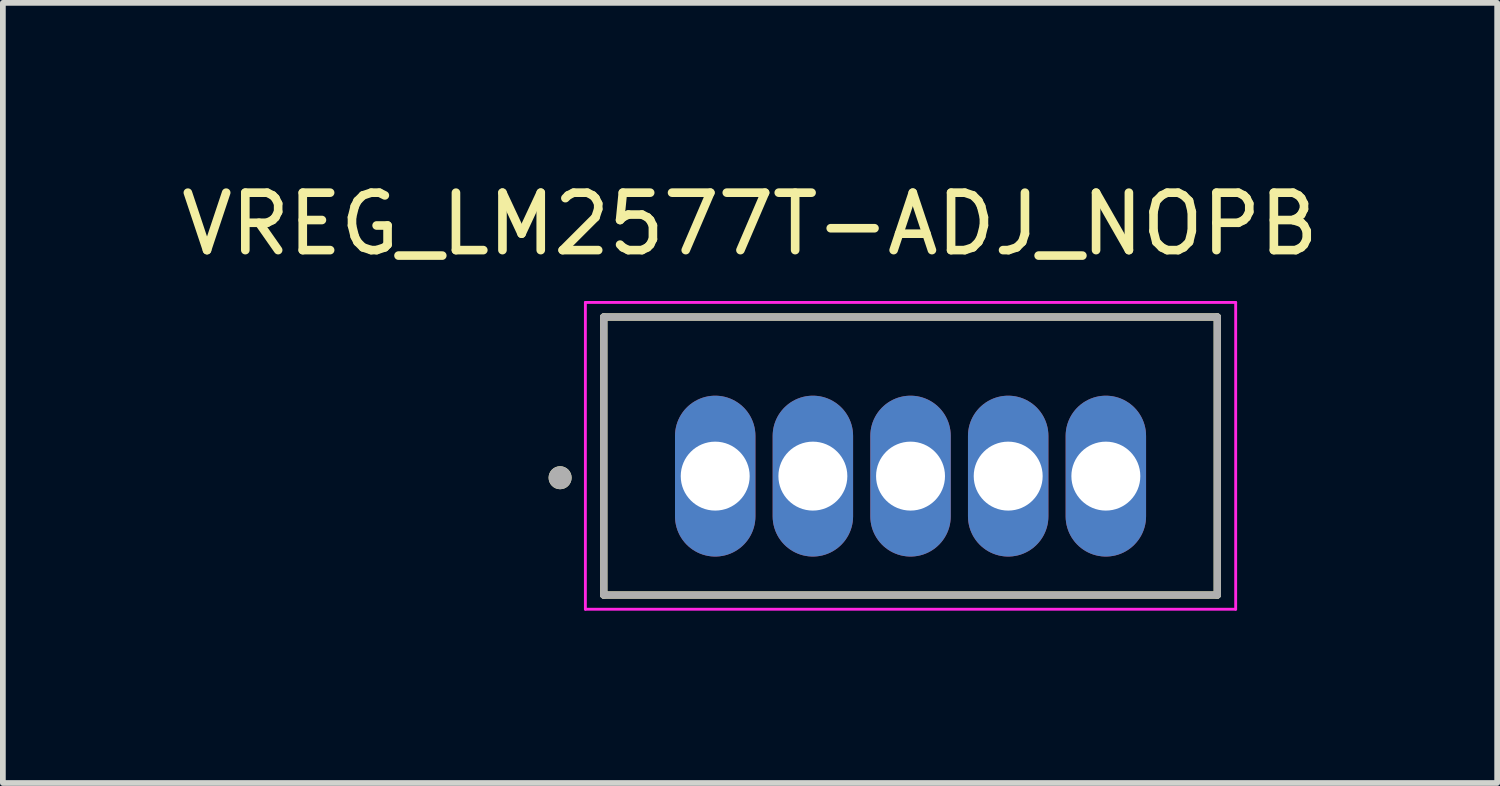
<source format=kicad_pcb>
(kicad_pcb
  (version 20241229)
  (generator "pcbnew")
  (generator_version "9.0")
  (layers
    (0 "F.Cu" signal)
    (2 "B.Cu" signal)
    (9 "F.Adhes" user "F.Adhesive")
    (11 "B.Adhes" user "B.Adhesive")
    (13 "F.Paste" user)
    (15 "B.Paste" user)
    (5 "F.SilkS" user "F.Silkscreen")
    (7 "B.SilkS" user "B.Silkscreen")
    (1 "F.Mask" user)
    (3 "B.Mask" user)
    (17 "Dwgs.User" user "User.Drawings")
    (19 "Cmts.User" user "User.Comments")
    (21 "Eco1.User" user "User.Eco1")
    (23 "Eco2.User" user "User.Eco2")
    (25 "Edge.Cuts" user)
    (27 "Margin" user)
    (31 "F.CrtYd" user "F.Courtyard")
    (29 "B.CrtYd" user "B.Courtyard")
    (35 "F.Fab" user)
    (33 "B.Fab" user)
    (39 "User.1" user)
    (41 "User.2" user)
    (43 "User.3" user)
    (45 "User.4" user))
  (footprint "VREG_LM2577T-ADJ_NOPB"
    (layer "F.Cu")
    (at 9.4 5.238)
    (property "Reference" "VREG_LM2577T-ADJ_NOPB" (at 0.606 -4.389 0) (layer "F.SilkS") (effects (font (size 1 1) (thickness 0.15))))
    (attr through_hole)
    (fp_line (start -1.94 -2.77) (end -1.94 2.07) (stroke (width 0.127) (type solid)) (layer "F.SilkS"))
    (fp_line (start -1.94 -2.77) (end 8.74 -2.77) (stroke (width 0.127) (type solid)) (layer "F.SilkS"))
    (fp_line (start 8.74 2.07) (end -1.94 2.07) (stroke (width 0.127) (type solid)) (layer "F.SilkS"))
    (fp_line (start 8.74 2.07) (end 8.74 -2.77) (stroke (width 0.127) (type solid)) (layer "F.SilkS"))
    (fp_circle (center -2.7 0.028) (end -2.6 0.028) (stroke (width 0.2) (type solid)) (fill no) (layer "F.SilkS"))
    (fp_line (start -2.26 -3.023) (end -2.26 2.317) (stroke (width 0.05) (type solid)) (layer "F.CrtYd"))
    (fp_line (start -2.26 -3.023) (end 9.06 -3.023) (stroke (width 0.05) (type solid)) (layer "F.CrtYd"))
    (fp_line (start 9.06 2.317) (end -2.26 2.317) (stroke (width 0.05) (type solid)) (layer "F.CrtYd"))
    (fp_line (start 9.06 2.317) (end 9.06 -3.023) (stroke (width 0.05) (type solid)) (layer "F.CrtYd"))
    (fp_line (start -1.94 -2.77) (end -1.94 2.07) (stroke (width 0.127) (type solid)) (layer "F.Fab"))
    (fp_line (start -1.94 -2.77) (end 8.74 -2.77) (stroke (width 0.127) (type solid)) (layer "F.Fab"))
    (fp_line (start 8.74 2.07) (end -1.94 2.07) (stroke (width 0.127) (type solid)) (layer "F.Fab"))
    (fp_line (start 8.74 2.07) (end 8.74 -2.77) (stroke (width 0.127) (type solid)) (layer "F.Fab"))
    (fp_circle (center -2.7 0.028) (end -2.6 0.028) (stroke (width 0.2) (type solid)) (fill no) (layer "F.Fab"))
    (pad "1" thru_hole oval (at 0 0) (size 1.4 2.8) (drill 1.2) (layers "*.Cu" "*.Mask"))
    (pad "2" thru_hole oval (at 1.7 0) (size 1.4 2.8) (drill 1.2) (layers "*.Cu" "*.Mask"))
    (pad "3" thru_hole oval (at 3.4 0) (size 1.4 2.8) (drill 1.2) (layers "*.Cu" "*.Mask"))
    (pad "4" thru_hole oval (at 5.1 0) (size 1.4 2.8) (drill 1.2) (layers "*.Cu" "*.Mask"))
    (pad "5" thru_hole oval (at 6.8 0) (size 1.4 2.8) (drill 1.2) (layers "*.Cu" "*.Mask")))
  (gr_rect
    (start -3 -3)
    (end 23.012 10.58)
    (stroke (width 0.1) (type default))
    (fill no)
    (layer "Edge.Cuts")))
</source>
